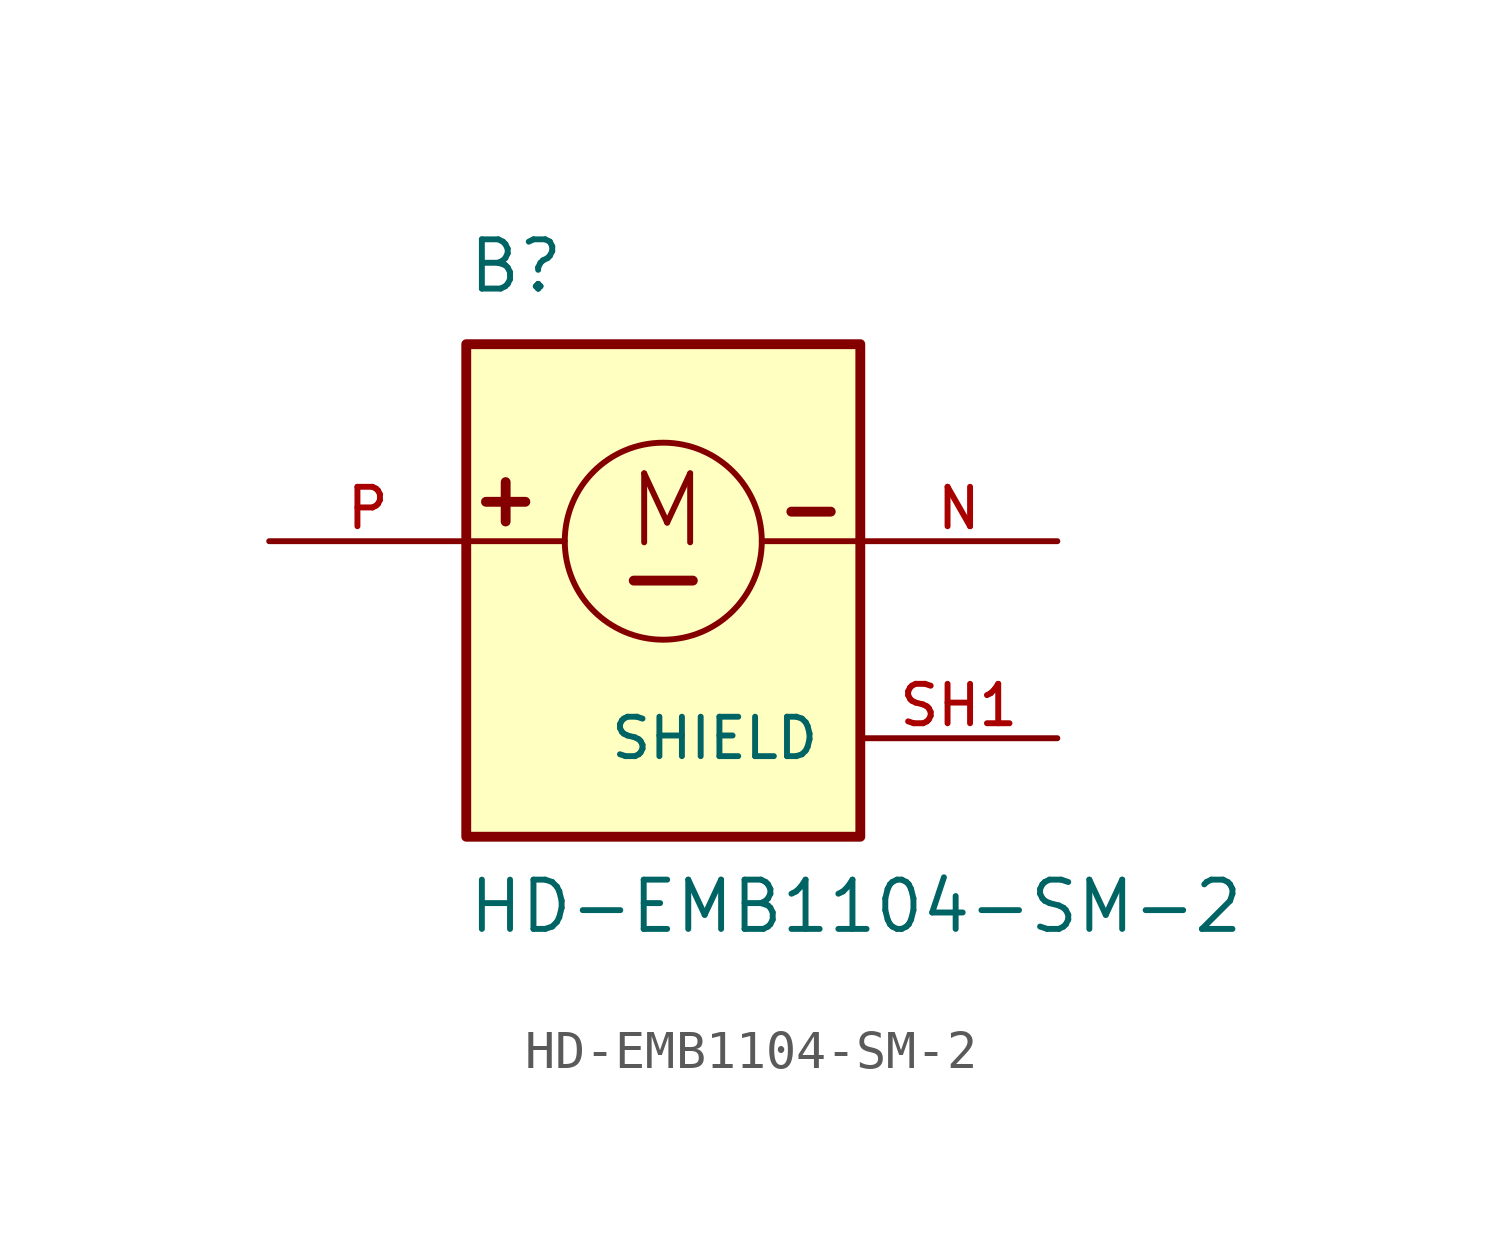
<source format=kicad_sym>
(kicad_symbol_lib
  (version 20231120)
  (generator "kicad_symbol_editor")
  (generator_version "8.0")
  (symbol "HD-EMB1104-SM-2"
    (pin_names
      (offset 1.016))
    (property "Reference" "B"
      (at -5.08 6.35 0)
      (effects (font (size 1.27 1.27)) (justify left bottom)))
    (property "Value" "HD-EMB1104-SM-2"
      (at -5.08 -10.16 0)
      (effects (font (size 1.27 1.27)) (justify left bottom)))
    (symbol "HD-EMB1104-SM-2_0_0"
      (rectangle (start -5.08 -7.62) (end 5.08 5.08) (stroke (width 0.254) (type default)) (fill (type background)))
      (polyline (pts (xy -4.572 1.016) (xy -3.556 1.016)) (stroke (width 0.254) (type default)) (fill (type none)))
      (polyline (pts (xy -4.064 1.524) (xy -4.064 0.508)) (stroke (width 0.254) (type default)) (fill (type none)))
      (polyline (pts (xy -2.54 0) (xy -5.08 0)) (stroke (width 0.152) (type default)) (fill (type none)))
      (polyline (pts (xy -0.762 -1.016) (xy 0.762 -1.016)) (stroke (width 0.254) (type default)) (fill (type none)))
      (polyline (pts (xy 2.54 0) (xy 5.08 0)) (stroke (width 0.152) (type default)) (fill (type none)))
      (polyline (pts (xy 3.302 0.762) (xy 4.318 0.762)) (stroke (width 0.254) (type default)) (fill (type none)))
      (circle (center 0 0) (radius 2.54) (stroke (width 0.152) (type default)) (fill (type none)))
      (text "M" (at -1.016 -0.254 0) (effects (font (size 1.778 1.778)) (justify left bottom)))
      (pin passive line (at 10.16 0 180) (length 5.08) (name "~" (effects (font (size 1.016 1.016)))) (number "N" (effects (font (size 1.016 1.016)))))
      (pin passive line (at -10.16 0 0) (length 5.08) (name "~" (effects (font (size 1.016 1.016)))) (number "P" (effects (font (size 1.016 1.016)))))
      (pin passive line (at 10.16 -5.08 180) (length 5.08) (name "SHIELD" (effects (font (size 1.016 1.016)))) (number "SH1" (effects (font (size 1.016 1.016))))))))
</source>
